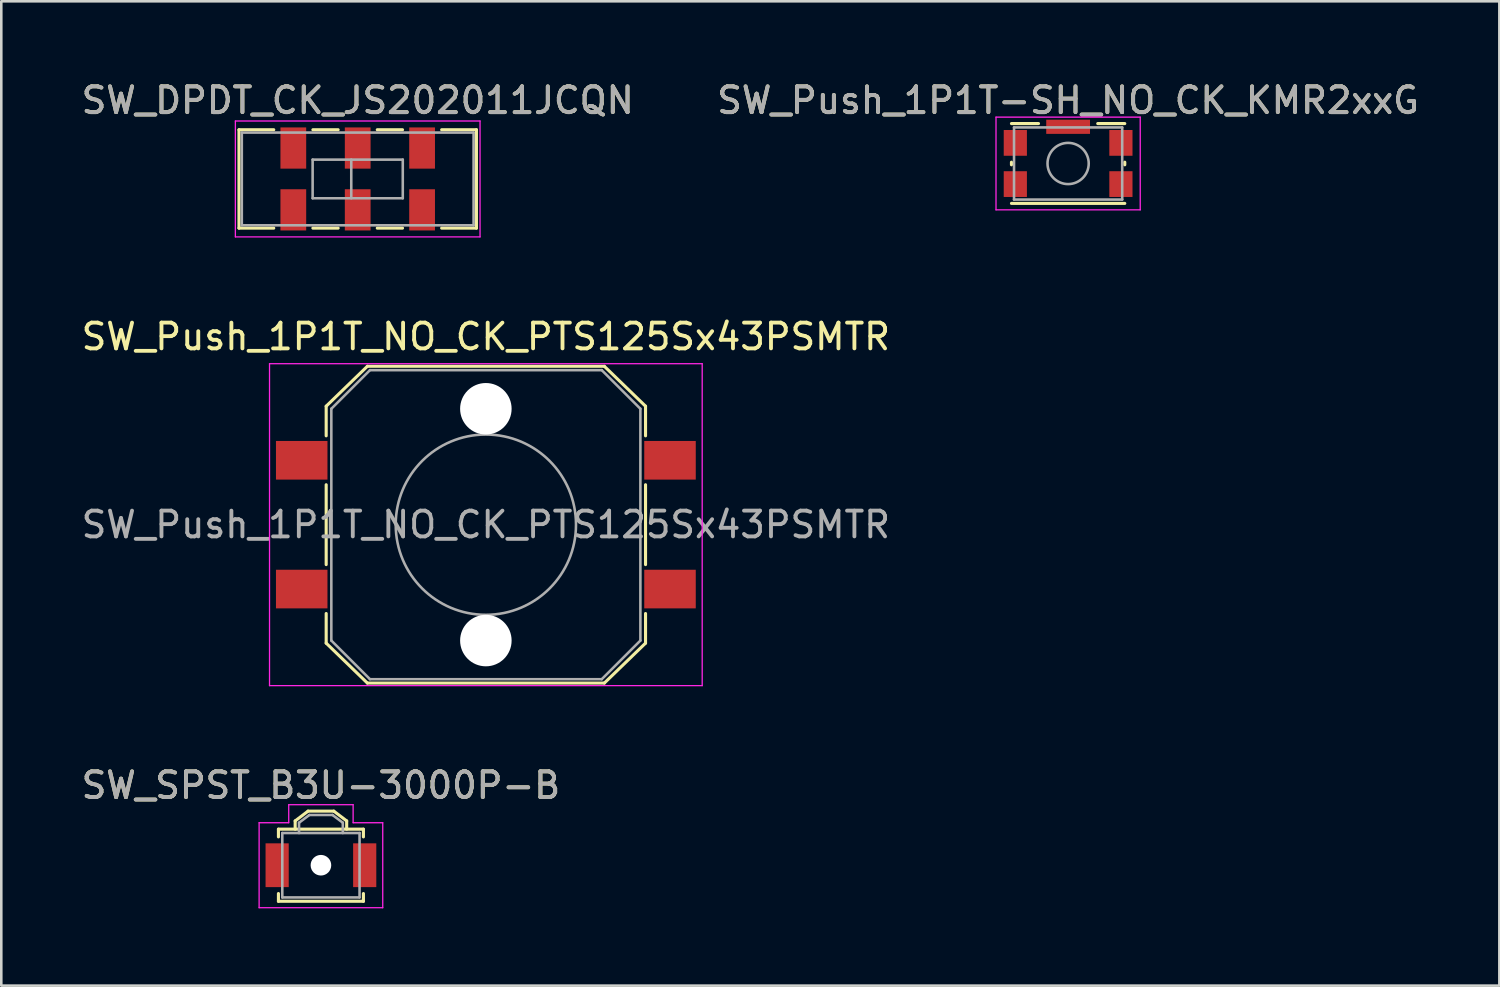
<source format=kicad_pcb>
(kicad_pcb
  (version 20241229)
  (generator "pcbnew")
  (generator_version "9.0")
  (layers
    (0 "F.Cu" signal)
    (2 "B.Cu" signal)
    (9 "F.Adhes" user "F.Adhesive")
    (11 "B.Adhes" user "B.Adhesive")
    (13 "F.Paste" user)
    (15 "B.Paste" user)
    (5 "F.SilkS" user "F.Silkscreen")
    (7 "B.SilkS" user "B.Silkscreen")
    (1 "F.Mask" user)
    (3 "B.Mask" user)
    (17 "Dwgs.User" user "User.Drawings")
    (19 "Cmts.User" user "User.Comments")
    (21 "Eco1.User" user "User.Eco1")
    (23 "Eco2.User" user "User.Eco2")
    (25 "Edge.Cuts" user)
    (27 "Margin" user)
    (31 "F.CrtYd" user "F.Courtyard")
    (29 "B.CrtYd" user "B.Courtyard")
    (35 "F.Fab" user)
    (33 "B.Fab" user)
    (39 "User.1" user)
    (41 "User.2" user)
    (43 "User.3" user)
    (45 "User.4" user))
  (footprint "SW_SPST_B3U-3000P-B"
    (layer "F.Cu")
    (at 9.411 30.545)
    (property "Reference" "SW_SPST_B3U-3000P-B" (at 0 -3.1 0) (layer "F.SilkS") (effects (font (size 1 1) (thickness 0.15))))
    (attr smd)
    (fp_line (start -1.65 -1.4) (end 1.65 -1.4) (stroke (width 0.12) (type solid)) (layer "F.SilkS"))
    (fp_line (start -1.65 -1.1) (end -1.65 -1.4) (stroke (width 0.12) (type solid)) (layer "F.SilkS"))
    (fp_line (start -1.65 1.1) (end -1.65 1.4) (stroke (width 0.12) (type solid)) (layer "F.SilkS"))
    (fp_line (start -1.65 1.4) (end 1.65 1.4) (stroke (width 0.12) (type solid)) (layer "F.SilkS"))
    (fp_line (start -1 -1.72) (end -1 -1.4) (stroke (width 0.12) (type solid)) (layer "F.SilkS"))
    (fp_line (start -0.5 -2.1) (end -1 -1.72) (stroke (width 0.12) (type solid)) (layer "F.SilkS"))
    (fp_line (start -0.5 -2.1) (end 0.5 -2.1) (stroke (width 0.12) (type solid)) (layer "F.SilkS"))
    (fp_line (start 0.5 -2.1) (end 1 -1.72) (stroke (width 0.12) (type solid)) (layer "F.SilkS"))
    (fp_line (start 1 -1.72) (end 1 -1.4) (stroke (width 0.12) (type solid)) (layer "F.SilkS"))
    (fp_line (start 1.65 -1.4) (end 1.65 -1.1) (stroke (width 0.12) (type solid)) (layer "F.SilkS"))
    (fp_line (start 1.65 1.4) (end 1.65 1.1) (stroke (width 0.12) (type solid)) (layer "F.SilkS"))
    (fp_line (start -2.4 -1.65) (end -2.4 1.65) (stroke (width 0.05) (type solid)) (layer "F.CrtYd"))
    (fp_line (start -2.4 1.65) (end 2.4 1.65) (stroke (width 0.05) (type solid)) (layer "F.CrtYd"))
    (fp_line (start -1.25 -2.35) (end 1.25 -2.35) (stroke (width 0.05) (type solid)) (layer "F.CrtYd"))
    (fp_line (start -1.25 -1.65) (end -2.4 -1.65) (stroke (width 0.05) (type solid)) (layer "F.CrtYd"))
    (fp_line (start -1.25 -1.65) (end -1.25 -2.35) (stroke (width 0.05) (type solid)) (layer "F.CrtYd"))
    (fp_line (start 1.25 -2.35) (end 1.25 -1.65) (stroke (width 0.05) (type solid)) (layer "F.CrtYd"))
    (fp_line (start 1.25 -1.65) (end 2.4 -1.65) (stroke (width 0.05) (type solid)) (layer "F.CrtYd"))
    (fp_line (start 2.4 1.65) (end 2.4 -1.65) (stroke (width 0.05) (type solid)) (layer "F.CrtYd"))
    (fp_line (start -1.5 -1.25) (end 1.5 -1.25) (stroke (width 0.1) (type solid)) (layer "F.Fab"))
    (fp_line (start -1.5 1.25) (end -1.5 -1.25) (stroke (width 0.1) (type solid)) (layer "F.Fab"))
    (fp_line (start -0.85 -1.65) (end -0.45 -1.95) (stroke (width 0.1) (type solid)) (layer "F.Fab"))
    (fp_line (start -0.85 -1.25) (end -0.85 -1.65) (stroke (width 0.1) (type solid)) (layer "F.Fab"))
    (fp_line (start -0.45 -1.95) (end 0.45 -1.95) (stroke (width 0.1) (type solid)) (layer "F.Fab"))
    (fp_line (start 0.45 -1.95) (end 0.85 -1.65) (stroke (width 0.1) (type solid)) (layer "F.Fab"))
    (fp_line (start 0.85 -1.65) (end 0.85 -1.25) (stroke (width 0.1) (type solid)) (layer "F.Fab"))
    (fp_line (start 1.5 -1.25) (end 1.5 1.25) (stroke (width 0.1) (type solid)) (layer "F.Fab"))
    (fp_line (start 1.5 1.25) (end -1.5 1.25) (stroke (width 0.1) (type solid)) (layer "F.Fab"))
    (fp_text user "${REFERENCE}" (at 0 -3.1 0) (layer "F.Fab") (effects (font (size 1 1) (thickness 0.15))))
    (pad "" np_thru_hole circle (at 0 0) (size 0.8 0.8) (drill 0.8) (layers "*.Cu" "*.Mask"))
    (pad "1" smd rect (at -1.7 0) (size 0.9 1.7) (layers "F.Cu" "F.Mask" "F.Paste"))
    (pad "2" smd rect (at 1.7 0) (size 0.9 1.7) (layers "F.Cu" "F.Mask" "F.Paste")))
  (footprint "SW_DPDT_CK_JS202011JCQN"
    (layer "F.Cu")
    (at 10.839 3.898)
    (property "Reference" "SW_DPDT_CK_JS202011JCQN" (at 0 -3.05 0) (layer "F.SilkS") (effects (font (size 1 1) (thickness 0.15))))
    (attr smd)
    (fp_line (start -4.61 -1.91) (end -4.61 1.91) (stroke (width 0.12) (type solid)) (layer "F.SilkS"))
    (fp_line (start -4.61 1.91) (end -3.26 1.91) (stroke (width 0.12) (type solid)) (layer "F.SilkS"))
    (fp_line (start -3.26 -1.91) (end -4.61 -1.91) (stroke (width 0.12) (type solid)) (layer "F.SilkS"))
    (fp_line (start -0.76 -1.91) (end -1.74 -1.91) (stroke (width 0.12) (type solid)) (layer "F.SilkS"))
    (fp_line (start -0.76 1.91) (end -1.74 1.91) (stroke (width 0.12) (type solid)) (layer "F.SilkS"))
    (fp_line (start 1.74 -1.91) (end 0.76 -1.91) (stroke (width 0.12) (type solid)) (layer "F.SilkS"))
    (fp_line (start 1.74 1.91) (end 0.76 1.91) (stroke (width 0.12) (type solid)) (layer "F.SilkS"))
    (fp_line (start 4.61 -1.91) (end 3.26 -1.91) (stroke (width 0.12) (type solid)) (layer "F.SilkS"))
    (fp_line (start 4.61 -1.91) (end 4.61 1.91) (stroke (width 0.12) (type solid)) (layer "F.SilkS"))
    (fp_line (start 4.61 1.91) (end 3.26 1.91) (stroke (width 0.12) (type solid)) (layer "F.SilkS"))
    (fp_line (start -4.75 -2.25) (end -4.75 2.25) (stroke (width 0.05) (type solid)) (layer "F.CrtYd"))
    (fp_line (start -4.75 -2.25) (end 4.75 -2.25) (stroke (width 0.05) (type solid)) (layer "F.CrtYd"))
    (fp_line (start 4.75 -2.25) (end 4.75 2.25) (stroke (width 0.05) (type solid)) (layer "F.CrtYd"))
    (fp_line (start 4.75 2.25) (end -4.75 2.25) (stroke (width 0.05) (type solid)) (layer "F.CrtYd"))
    (fp_line (start -4.5 -1.8) (end 4.5 -1.8) (stroke (width 0.1) (type solid)) (layer "F.Fab"))
    (fp_line (start -4.5 1.8) (end -4.5 -1.8) (stroke (width 0.1) (type solid)) (layer "F.Fab"))
    (fp_line (start -1.75 -0.75) (end -1.75 0.75) (stroke (width 0.1) (type solid)) (layer "F.Fab"))
    (fp_line (start -1.75 -0.75) (end 1.75 -0.75) (stroke (width 0.1) (type solid)) (layer "F.Fab"))
    (fp_line (start -0.25 -0.75) (end -0.25 0.75) (stroke (width 0.1) (type solid)) (layer "F.Fab"))
    (fp_line (start 1.75 -0.75) (end 1.75 0.75) (stroke (width 0.1) (type solid)) (layer "F.Fab"))
    (fp_line (start 1.75 0.75) (end -1.75 0.75) (stroke (width 0.1) (type solid)) (layer "F.Fab"))
    (fp_line (start 4.5 -1.8) (end 4.5 1.8) (stroke (width 0.1) (type solid)) (layer "F.Fab"))
    (fp_line (start 4.5 1.8) (end -4.5 1.8) (stroke (width 0.1) (type solid)) (layer "F.Fab"))
    (fp_text user "${REFERENCE}" (at 0 -3.05 0) (layer "F.Fab") (effects (font (size 1 1) (thickness 0.15))))
    (pad "1" smd rect (at -2.5 -1.2) (size 1 1.6) (layers "F.Cu" "F.Mask" "F.Paste"))
    (pad "2" smd rect (at 0 -1.2) (size 1 1.6) (layers "F.Cu" "F.Mask" "F.Paste"))
    (pad "3" smd rect (at 2.5 -1.2) (size 1 1.6) (layers "F.Cu" "F.Mask" "F.Paste"))
    (pad "4" smd rect (at -2.5 1.2) (size 1 1.6) (layers "F.Cu" "F.Mask" "F.Paste"))
    (pad "5" smd rect (at 0 1.2) (size 1 1.6) (layers "F.Cu" "F.Mask" "F.Paste"))
    (pad "6" smd rect (at 2.5 1.2) (size 1 1.6) (layers "F.Cu" "F.Mask" "F.Paste")))
  (footprint "SW_Push_1P1T-SH_NO_CK_KMR2xxG"
    (layer "F.Cu")
    (at 38.423 3.298)
    (property "Reference" "SW_Push_1P1T-SH_NO_CK_KMR2xxG" (at 0 -2.45 0) (layer "F.SilkS") (effects (font (size 1 1) (thickness 0.15))))
    (attr smd)
    (fp_line (start -2.2 0.05) (end -2.2 -0.05) (stroke (width 0.12) (type solid)) (layer "F.SilkS"))
    (fp_line (start -2.2 1.55) (end 2.2 1.55) (stroke (width 0.12) (type solid)) (layer "F.SilkS"))
    (fp_line (start -1.15 -1.55) (end -2.2 -1.55) (stroke (width 0.12) (type solid)) (layer "F.SilkS"))
    (fp_line (start 2.2 -1.55) (end 1.15 -1.55) (stroke (width 0.12) (type solid)) (layer "F.SilkS"))
    (fp_line (start 2.2 0.05) (end 2.2 -0.05) (stroke (width 0.12) (type solid)) (layer "F.SilkS"))
    (fp_line (start -2.8 -1.8) (end 2.8 -1.8) (stroke (width 0.05) (type solid)) (layer "F.CrtYd"))
    (fp_line (start -2.8 1.8) (end -2.8 -1.8) (stroke (width 0.05) (type solid)) (layer "F.CrtYd"))
    (fp_line (start 2.8 -1.8) (end 2.8 1.8) (stroke (width 0.05) (type solid)) (layer "F.CrtYd"))
    (fp_line (start 2.8 1.8) (end -2.8 1.8) (stroke (width 0.05) (type solid)) (layer "F.CrtYd"))
    (fp_line (start -2.1 -1.4) (end 2.1 -1.4) (stroke (width 0.1) (type solid)) (layer "F.Fab"))
    (fp_line (start -2.1 1.4) (end -2.1 -1.4) (stroke (width 0.1) (type solid)) (layer "F.Fab"))
    (fp_line (start 2.1 -1.4) (end 2.1 1.4) (stroke (width 0.1) (type solid)) (layer "F.Fab"))
    (fp_line (start 2.1 1.4) (end -2.1 1.4) (stroke (width 0.1) (type solid)) (layer "F.Fab"))
    (fp_circle (center 0 0) (end 0 0.8) (stroke (width 0.1) (type solid)) (fill no) (layer "F.Fab"))
    (fp_text user "${REFERENCE}" (at 0 -2.45 0) (layer "F.Fab") (effects (font (size 1 1) (thickness 0.15))))
    (pad "1" smd rect (at -2.05 -0.8) (size 0.9 1) (layers "F.Cu" "F.Mask" "F.Paste"))
    (pad "1" smd rect (at 2.05 -0.8) (size 0.9 1) (layers "F.Cu" "F.Mask" "F.Paste"))
    (pad "2" smd rect (at -2.05 0.8) (size 0.9 1) (layers "F.Cu" "F.Mask" "F.Paste"))
    (pad "2" smd rect (at 2.05 0.8) (size 0.9 1) (layers "F.Cu" "F.Mask" "F.Paste"))
    (pad "SH" smd rect (at 0 -1.425) (size 1.7 0.55) (layers "F.Cu" "F.Mask" "F.Paste")))
  (footprint "SW_Push_1P1T_NO_CK_PTS125Sx43PSMTR"
    (layer "F.Cu")
    (at 15.815 17.322)
    (property "Reference" "SW_Push_1P1T_NO_CK_PTS125Sx43PSMTR" (at 0 -7.3 0) (layer "F.SilkS") (effects (font (size 1 1) (thickness 0.15))))
    (attr smd)
    (fp_line (start -6.2 -4.6) (end -4.6 -6.15) (stroke (width 0.12) (type solid)) (layer "F.SilkS"))
    (fp_line (start -6.2 -3.45) (end -6.2 -4.6) (stroke (width 0.12) (type solid)) (layer "F.SilkS"))
    (fp_line (start -6.2 -1.55) (end -6.2 1.55) (stroke (width 0.12) (type solid)) (layer "F.SilkS"))
    (fp_line (start -6.2 3.45) (end -6.2 4.6) (stroke (width 0.12) (type solid)) (layer "F.SilkS"))
    (fp_line (start -6.2 4.6) (end -4.6 6.15) (stroke (width 0.12) (type solid)) (layer "F.SilkS"))
    (fp_line (start -4.6 -6.15) (end 4.6 -6.15) (stroke (width 0.12) (type solid)) (layer "F.SilkS"))
    (fp_line (start -4.6 6.15) (end 4.6 6.15) (stroke (width 0.12) (type solid)) (layer "F.SilkS"))
    (fp_line (start 4.6 -6.15) (end 6.2 -4.6) (stroke (width 0.12) (type solid)) (layer "F.SilkS"))
    (fp_line (start 4.6 6.15) (end 6.2 4.6) (stroke (width 0.12) (type solid)) (layer "F.SilkS"))
    (fp_line (start 6.2 -3.45) (end 6.2 -4.6) (stroke (width 0.12) (type solid)) (layer "F.SilkS"))
    (fp_line (start 6.2 -1.55) (end 6.2 1.55) (stroke (width 0.12) (type solid)) (layer "F.SilkS"))
    (fp_line (start 6.2 3.45) (end 6.2 4.6) (stroke (width 0.12) (type solid)) (layer "F.SilkS"))
    (fp_line (start -8.4 -6.25) (end 8.4 -6.25) (stroke (width 0.05) (type solid)) (layer "F.CrtYd"))
    (fp_line (start -8.4 6.25) (end -8.4 -6.25) (stroke (width 0.05) (type solid)) (layer "F.CrtYd"))
    (fp_line (start 8.4 -6.25) (end 8.4 6.25) (stroke (width 0.05) (type solid)) (layer "F.CrtYd"))
    (fp_line (start 8.4 6.25) (end -8.4 6.25) (stroke (width 0.05) (type solid)) (layer "F.CrtYd"))
    (fp_line (start -6 -4.5) (end -6 4.5) (stroke (width 0.1) (type solid)) (layer "F.Fab"))
    (fp_line (start -6 -4.5) (end -4.5 -6) (stroke (width 0.1) (type solid)) (layer "F.Fab"))
    (fp_line (start -4.5 6) (end -6 4.5) (stroke (width 0.1) (type solid)) (layer "F.Fab"))
    (fp_line (start -4.5 6) (end 4.5 6) (stroke (width 0.1) (type solid)) (layer "F.Fab"))
    (fp_line (start 4.5 -6) (end -4.5 -6) (stroke (width 0.1) (type solid)) (layer "F.Fab"))
    (fp_line (start 4.5 -6) (end 6 -4.5) (stroke (width 0.1) (type solid)) (layer "F.Fab"))
    (fp_line (start 6 4.5) (end 4.5 6) (stroke (width 0.1) (type solid)) (layer "F.Fab"))
    (fp_line (start 6 4.5) (end 6 -4.5) (stroke (width 0.1) (type solid)) (layer "F.Fab"))
    (fp_circle (center 0 0) (end 3.5 0) (stroke (width 0.1) (type solid)) (fill no) (layer "F.Fab"))
    (fp_text user "${REFERENCE}" (at 0 0 0) (layer "F.Fab") (effects (font (size 1 1) (thickness 0.15))))
    (pad "" np_thru_hole circle (at 0 -4.5) (size 2 2) (drill 2) (layers "*.Cu" "*.Mask"))
    (pad "" np_thru_hole circle (at 0 4.5) (size 2 2) (drill 2) (layers "*.Cu" "*.Mask"))
    (pad "1" smd rect (at -7.15 -2.5) (size 2 1.5) (layers "F.Cu" "F.Mask" "F.Paste"))
    (pad "1" smd rect (at 7.15 -2.5) (size 2 1.5) (layers "F.Cu" "F.Mask" "F.Paste"))
    (pad "2" smd rect (at -7.15 2.5) (size 2 1.5) (layers "F.Cu" "F.Mask" "F.Paste"))
    (pad "2" smd rect (at 7.15 2.5) (size 2 1.5) (layers "F.Cu" "F.Mask" "F.Paste")))
  (gr_rect
    (start -3 -3)
    (end 55.167 35.22)
    (stroke (width 0.1) (type default))
    (fill no)
    (layer "Edge.Cuts")))
</source>
